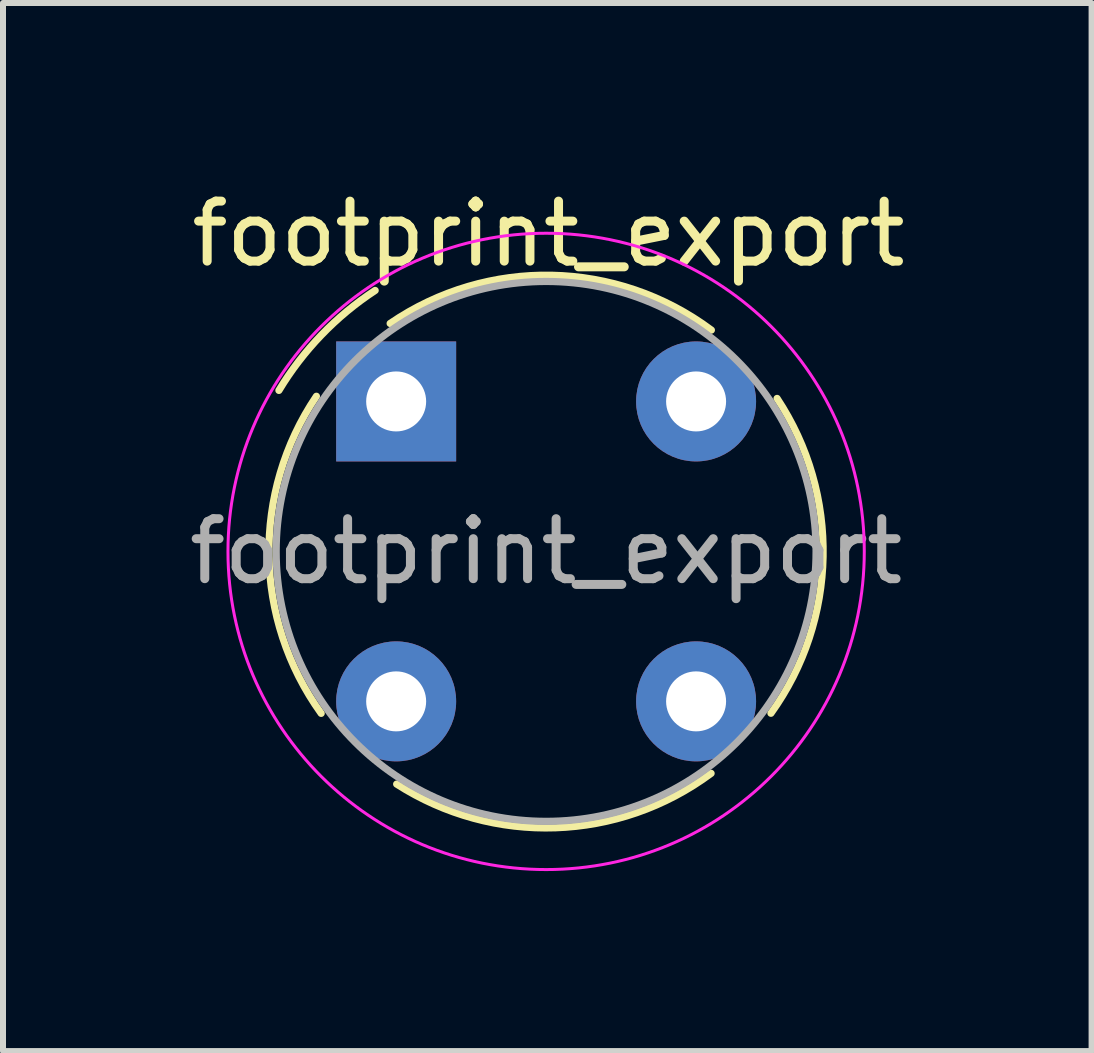
<source format=kicad_pcb>
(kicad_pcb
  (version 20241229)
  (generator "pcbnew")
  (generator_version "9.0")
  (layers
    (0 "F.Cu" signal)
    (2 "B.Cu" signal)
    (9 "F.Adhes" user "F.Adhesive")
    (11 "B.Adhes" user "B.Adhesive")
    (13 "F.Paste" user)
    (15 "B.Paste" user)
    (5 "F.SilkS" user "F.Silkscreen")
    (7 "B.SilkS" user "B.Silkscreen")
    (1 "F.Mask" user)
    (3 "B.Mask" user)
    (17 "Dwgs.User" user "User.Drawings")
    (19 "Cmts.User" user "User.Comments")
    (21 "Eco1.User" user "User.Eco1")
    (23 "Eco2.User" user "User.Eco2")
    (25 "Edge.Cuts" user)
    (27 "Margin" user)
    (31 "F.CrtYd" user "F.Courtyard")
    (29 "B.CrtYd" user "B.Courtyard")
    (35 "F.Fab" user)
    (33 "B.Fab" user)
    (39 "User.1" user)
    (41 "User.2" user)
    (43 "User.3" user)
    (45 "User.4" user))
  (footprint "footprint_export"
    (layer "F.Cu")
    (at 3.554 3.642)
    (property "Reference" "footprint_export" (at 2.54 -2.794 0) (layer "F.SilkS") (effects (font (size 1 1) (thickness 0.15))))
    (attr through_hole)
    (fp_arc (start -1.954487 -0.183757) (mid -1.246061 -1.107219) (end -0.35 -1.85) (stroke (width 0.12) (type solid)) (layer "F.SilkS"))
    (fp_arc (start -1.25 5.2) (mid -2.120355 2.569427) (end -1.329431 -0.086109) (stroke (width 0.12) (type solid)) (layer "F.SilkS"))
    (fp_arc (start -0.1 -1.3) (mid 2.595106 -2.103363) (end 5.254731 -1.189371) (stroke (width 0.12) (type solid)) (layer "F.SilkS"))
    (fp_arc (start 5.25 6.2) (mid 2.657169 7.107363) (end 0.008533 6.3788) (stroke (width 0.12) (type solid)) (layer "F.SilkS"))
    (fp_arc (start 6.35 -0.05) (mid 7.117021 2.590098) (end 6.247584 5.198261) (stroke (width 0.12) (type solid)) (layer "F.SilkS"))
    (fp_circle (center 2.5 2.5) (end -1.3 -1.2) (stroke (width 0.05) (type solid)) (fill no) (layer "F.CrtYd"))
    (fp_arc (start -2 2.5) (mid 7 2.5) (end -2 2.5) (stroke (width 0.12) (type solid)) (layer "F.Fab"))
    (fp_text user "${REFERENCE}" (at 2.5 2.5 0) (layer "F.Fab") (effects (font (size 1 1) (thickness 0.15))))
    (pad "1" thru_hole rect (at 0 0) (size 2 2) (drill 1) (layers "*.Cu" "*.Mask"))
    (pad "2" thru_hole oval (at 0 5) (size 2 2) (drill 1) (layers "*.Cu" "*.Mask"))
    (pad "3" thru_hole oval (at 5 5) (size 2 2) (drill 1) (layers "*.Cu" "*.Mask"))
    (pad "4" thru_hole oval (at 5 0) (size 2 2) (drill 1) (layers "*.Cu" "*.Mask")))
  (gr_rect
    (start -3 -3)
    (end 15.147 14.471)
    (stroke (width 0.1) (type default))
    (fill no)
    (layer "Edge.Cuts")))
</source>
